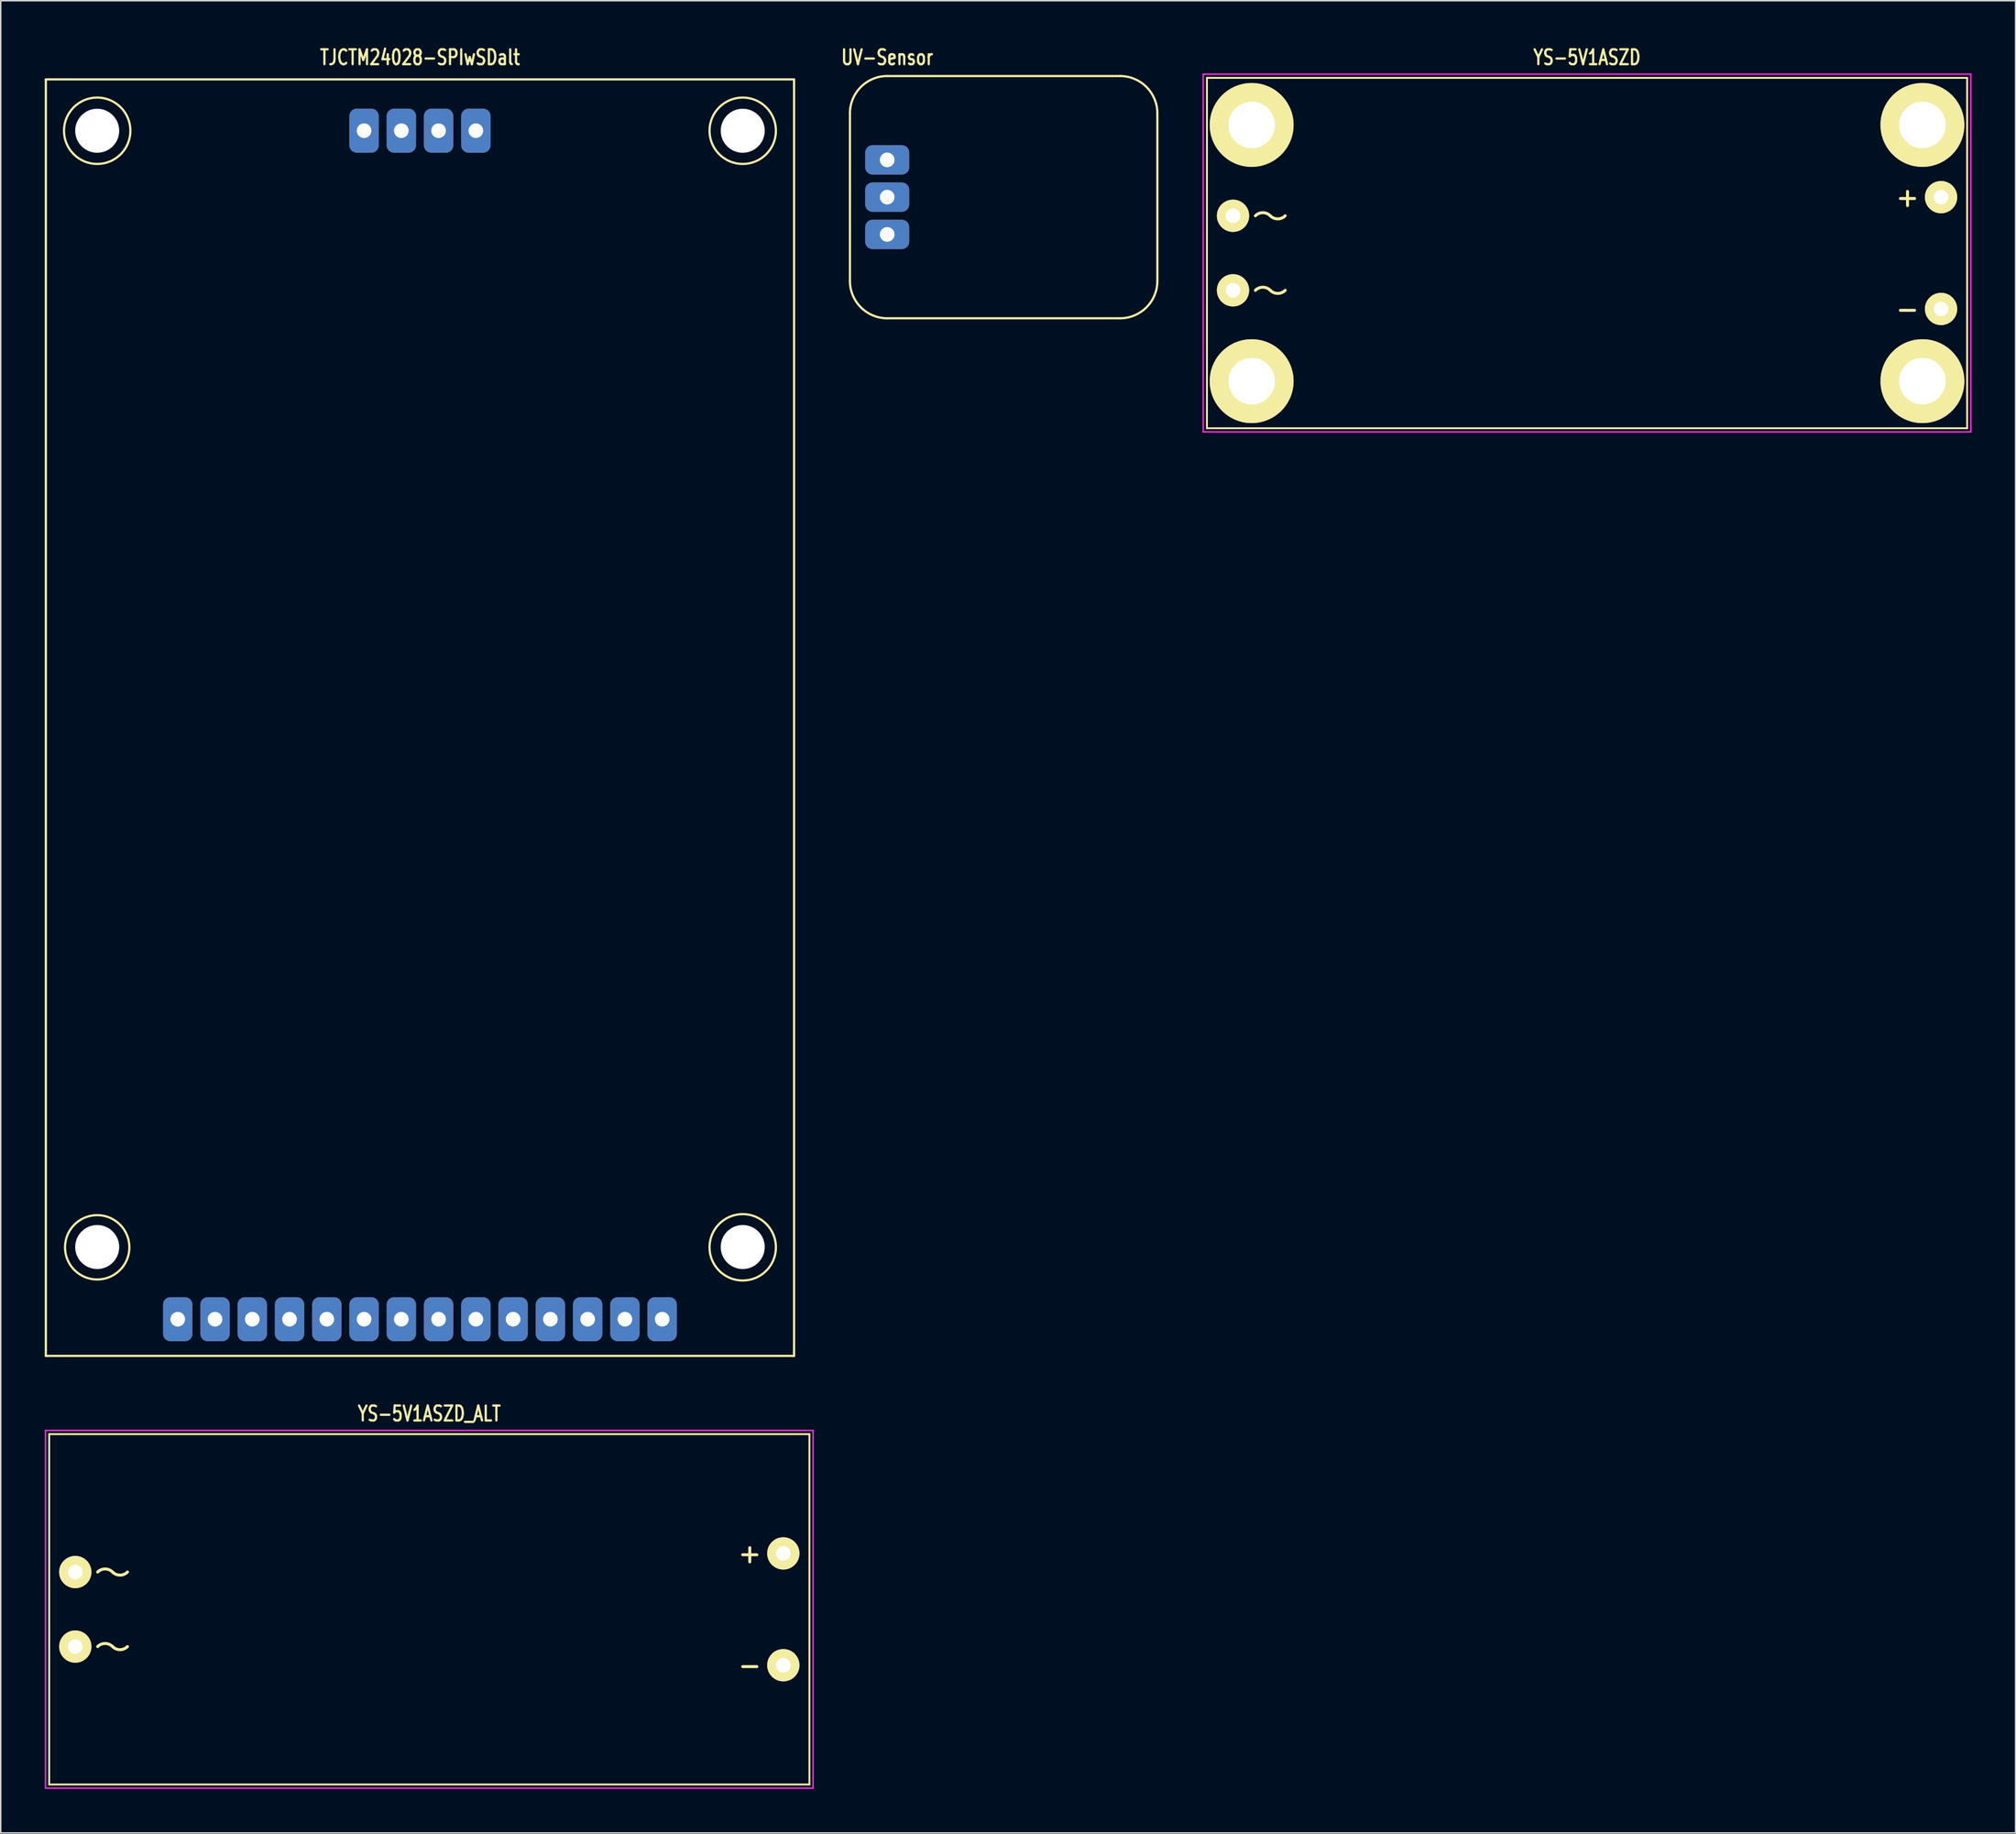
<source format=kicad_pcb>
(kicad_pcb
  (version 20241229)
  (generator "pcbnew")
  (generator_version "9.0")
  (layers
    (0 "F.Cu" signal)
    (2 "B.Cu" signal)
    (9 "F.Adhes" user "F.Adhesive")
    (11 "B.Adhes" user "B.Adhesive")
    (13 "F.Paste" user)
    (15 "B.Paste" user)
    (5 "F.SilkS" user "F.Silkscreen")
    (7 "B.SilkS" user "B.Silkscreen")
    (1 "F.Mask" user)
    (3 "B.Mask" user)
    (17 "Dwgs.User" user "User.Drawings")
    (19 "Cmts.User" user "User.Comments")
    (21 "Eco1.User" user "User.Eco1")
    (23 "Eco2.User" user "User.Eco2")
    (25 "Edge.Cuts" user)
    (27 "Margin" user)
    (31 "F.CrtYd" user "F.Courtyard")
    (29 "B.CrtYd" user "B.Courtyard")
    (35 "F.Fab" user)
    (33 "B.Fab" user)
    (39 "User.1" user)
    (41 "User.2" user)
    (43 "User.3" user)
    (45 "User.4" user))
  (footprint "YS-5V1ASZD"
    (layer "F.Cu")
    (at 105.125 14.197)
    (property "Reference" "YS-5V1ASZD" (at 0 -13.335 0) (layer "F.SilkS") (effects (font (size 1.016 0.762) (thickness 0.152))))
    (attr through_hole)
    (fp_line (start -25.908 -11.938) (end -25.908 11.938) (stroke (width 0.127) (type solid)) (layer "F.SilkS"))
    (fp_line (start -25.908 11.938) (end 25.908 11.938) (stroke (width 0.127) (type solid)) (layer "F.SilkS"))
    (fp_line (start 25.908 -11.938) (end -25.908 -11.938) (stroke (width 0.127) (type solid)) (layer "F.SilkS"))
    (fp_line (start 25.908 11.938) (end 25.908 -11.938) (stroke (width 0.127) (type solid)) (layer "F.SilkS"))
    (fp_arc (start -22.606 -2.54) (mid -22.098 -2.75042) (end -21.59 -2.54) (stroke (width 0.2032) (type solid)) (layer "F.SilkS"))
    (fp_arc (start -22.606 2.54) (mid -22.098 2.32958) (end -21.59 2.54) (stroke (width 0.2032) (type solid)) (layer "F.SilkS"))
    (fp_arc (start -20.574 -2.54) (mid -21.082 -2.32958) (end -21.59 -2.54) (stroke (width 0.2032) (type solid)) (layer "F.SilkS"))
    (fp_arc (start -20.574 2.54) (mid -21.082 2.75042) (end -21.59 2.54) (stroke (width 0.2032) (type solid)) (layer "F.SilkS"))
    (fp_line (start -26.162 -12.192) (end 26.162 -12.192) (stroke (width 0.1) (type solid)) (layer "F.CrtYd"))
    (fp_line (start -26.162 12.192) (end -26.162 -12.192) (stroke (width 0.1) (type solid)) (layer "F.CrtYd"))
    (fp_line (start 26.162 -12.192) (end 26.162 12.192) (stroke (width 0.1) (type solid)) (layer "F.CrtYd"))
    (fp_line (start 26.162 12.192) (end -26.162 12.192) (stroke (width 0.1) (type solid)) (layer "F.CrtYd"))
    (fp_text user "+" (at 21.844 -3.81 0) (layer "F.SilkS") (effects (font (size 1.27 1.27) (thickness 0.203))))
    (fp_text user "-" (at 21.844 3.81 0) (layer "F.SilkS") (effects (font (size 1.27 1.27) (thickness 0.203))))
    (pad "1" thru_hole circle (at -24.13 -2.54) (size 2.2 2.2) (drill 1) (layers "*.Cu" "*.Mask" "F.SilkS"))
    (pad "2" thru_hole circle (at -24.13 2.54) (size 2.2 2.2) (drill 1) (layers "*.Cu" "*.Mask" "F.SilkS"))
    (pad "3" thru_hole circle (at 24.13 -3.81) (size 2.2 2.2) (drill 1) (layers "*.Cu" "*.Mask" "F.SilkS"))
    (pad "4" thru_hole circle (at 24.13 3.81) (size 2.2 2.2) (drill 1) (layers "*.Cu" "*.Mask" "F.SilkS"))
    (pad "5" thru_hole circle (at -22.86 -8.731) (size 5.715 5.715) (drill 3.175) (layers "*.Cu" "*.Mask" "F.SilkS"))
    (pad "6" thru_hole circle (at -22.86 8.731) (size 5.715 5.715) (drill 3.175) (layers "*.Cu" "*.Mask" "F.SilkS"))
    (pad "7" thru_hole circle (at 22.86 -8.731) (size 5.715 5.715) (drill 3.175) (layers "*.Cu" "*.Mask" "F.SilkS"))
    (pad "8" thru_hole circle (at 22.86 8.731) (size 5.715 5.715) (drill 3.175) (layers "*.Cu" "*.Mask" "F.SilkS")))
  (footprint "TJCTM24028-SPIwSDalt"
    (layer "F.Cu")
    (at 25.575 45.862)
    (property "Reference" "TJCTM24028-SPIwSDalt" (at 0 -45 0) (layer "F.SilkS") (effects (font (size 1.016 0.762) (thickness 0.152))))
    (attr through_hole)
    (fp_line (start -25.5 -43.5) (end 25.5 -43.5) (stroke (width 0.15) (type solid)) (layer "F.SilkS"))
    (fp_line (start -25.5 43.5) (end -25.5 -43.5) (stroke (width 0.15) (type solid)) (layer "F.SilkS"))
    (fp_line (start 25.5 -43.5) (end 25.5 43.5) (stroke (width 0.15) (type solid)) (layer "F.SilkS"))
    (fp_line (start 25.5 43.5) (end -25.5 43.5) (stroke (width 0.15) (type solid)) (layer "F.SilkS"))
    (fp_circle (center -22 -40) (end -20.4 -41.6) (stroke (width 0.15) (type solid)) (fill no) (layer "F.SilkS"))
    (fp_circle (center -22 36.1) (end -20.5 34.5) (stroke (width 0.15) (type solid)) (fill no) (layer "F.SilkS"))
    (fp_circle (center 22 -40) (end 23.6 -41.6) (stroke (width 0.15) (type solid)) (fill no) (layer "F.SilkS"))
    (fp_circle (center 22 36.1) (end 23.6 34.5) (stroke (width 0.15) (type solid)) (fill no) (layer "F.SilkS"))
    (fp_line (start -25 -43) (end 25 -43) (stroke (width 0.15) (type solid)) (layer "Margin"))
    (fp_line (start -25 -36.6) (end 25 -36.6) (stroke (width 0.15) (type solid)) (layer "Margin"))
    (fp_line (start -25 32.6) (end 25 32.6) (stroke (width 0.15) (type solid)) (layer "Margin"))
    (fp_line (start -25 43) (end -25 -43) (stroke (width 0.15) (type solid)) (layer "Margin"))
    (fp_line (start 25 -43) (end 25 43) (stroke (width 0.15) (type solid)) (layer "Margin"))
    (fp_line (start 25 43) (end -25 43) (stroke (width 0.15) (type solid)) (layer "Margin"))
    (pad "" np_thru_hole circle (at -22 -40) (size 3 3) (drill 3) (layers "*.Cu" "*.Mask"))
    (pad "" np_thru_hole circle (at -22 36.08) (size 3 3) (drill 3) (layers "*.Cu" "*.Mask"))
    (pad "" np_thru_hole circle (at 22 -40) (size 3 3) (drill 3) (layers "*.Cu" "*.Mask"))
    (pad "" np_thru_hole circle (at 22 36.08) (size 3 3) (drill 3) (layers "*.Cu" "*.Mask"))
    (pad "1" thru_hole roundrect (at -16.51 41) (size 2 3) (drill 1) (layers "*.Cu" "*.Mask") (roundrect_rratio 0.25))
    (pad "2" thru_hole roundrect (at -13.97 41) (size 2 3) (drill 1) (layers "*.Cu" "*.Mask") (roundrect_rratio 0.25))
    (pad "3" thru_hole roundrect (at -11.43 41) (size 2 3) (drill 1) (layers "*.Cu" "*.Mask") (roundrect_rratio 0.25))
    (pad "4" thru_hole roundrect (at -8.89 41) (size 2 3) (drill 1) (layers "*.Cu" "*.Mask") (roundrect_rratio 0.25))
    (pad "5" thru_hole roundrect (at -6.35 41) (size 2 3) (drill 1) (layers "*.Cu" "*.Mask") (roundrect_rratio 0.25))
    (pad "6" thru_hole roundrect (at -3.81 41) (size 2 3) (drill 1) (layers "*.Cu" "*.Mask") (roundrect_rratio 0.25))
    (pad "7" thru_hole roundrect (at -1.27 41) (size 2 3) (drill 1) (layers "*.Cu" "*.Mask") (roundrect_rratio 0.25))
    (pad "8" thru_hole roundrect (at 1.27 41) (size 2 3) (drill 1) (layers "*.Cu" "*.Mask") (roundrect_rratio 0.25))
    (pad "9" thru_hole roundrect (at 3.81 41) (size 2 3) (drill 1) (layers "*.Cu" "*.Mask") (roundrect_rratio 0.25))
    (pad "10" thru_hole roundrect (at 6.35 41) (size 2 3) (drill 1) (layers "*.Cu" "*.Mask") (roundrect_rratio 0.25))
    (pad "11" thru_hole roundrect (at 8.89 41) (size 2 3) (drill 1) (layers "*.Cu" "*.Mask") (roundrect_rratio 0.25))
    (pad "12" thru_hole roundrect (at 11.43 41) (size 2 3) (drill 1) (layers "*.Cu" "*.Mask") (roundrect_rratio 0.25))
    (pad "13" thru_hole roundrect (at 13.97 41) (size 2 3) (drill 1) (layers "*.Cu" "*.Mask") (roundrect_rratio 0.25))
    (pad "14" thru_hole roundrect (at 16.51 41) (size 2 3) (drill 1) (layers "*.Cu" "*.Mask") (roundrect_rratio 0.25))
    (pad "15" thru_hole roundrect (at 3.81 -40.005) (size 2 3) (drill 1) (layers "*.Cu" "*.Mask") (roundrect_rratio 0.25))
    (pad "16" thru_hole roundrect (at 1.27 -40.005) (size 2 3) (drill 1) (layers "*.Cu" "*.Mask") (roundrect_rratio 0.25))
    (pad "17" thru_hole roundrect (at -1.27 -40.005) (size 2 3) (drill 1) (layers "*.Cu" "*.Mask") (roundrect_rratio 0.25))
    (pad "18" thru_hole roundrect (at -3.81 -40.005) (size 2 3) (drill 1) (layers "*.Cu" "*.Mask") (roundrect_rratio 0.25)))
  (footprint "YS-5V1ASZD_ALT"
    (layer "F.Cu")
    (at 26.212 106.634)
    (property "Reference" "YS-5V1ASZD_ALT" (at 0 -13.335 180) (layer "F.SilkS") (effects (font (size 1.016 0.762) (thickness 0.152))))
    (attr through_hole)
    (fp_line (start -25.908 -11.938) (end -25.908 11.938) (stroke (width 0.127) (type solid)) (layer "F.SilkS"))
    (fp_line (start -25.908 11.938) (end 25.908 11.938) (stroke (width 0.127) (type solid)) (layer "F.SilkS"))
    (fp_line (start 25.908 -11.938) (end -25.908 -11.938) (stroke (width 0.127) (type solid)) (layer "F.SilkS"))
    (fp_line (start 25.908 11.938) (end 25.908 -11.938) (stroke (width 0.127) (type solid)) (layer "F.SilkS"))
    (fp_arc (start -22.606 -2.54) (mid -22.098 -2.75042) (end -21.59 -2.54) (stroke (width 0.2032) (type solid)) (layer "F.SilkS"))
    (fp_arc (start -22.606 2.54) (mid -22.098 2.32958) (end -21.59 2.54) (stroke (width 0.2032) (type solid)) (layer "F.SilkS"))
    (fp_arc (start -20.574 -2.54) (mid -21.082 -2.32958) (end -21.59 -2.54) (stroke (width 0.2032) (type solid)) (layer "F.SilkS"))
    (fp_arc (start -20.574 2.54) (mid -21.082 2.75042) (end -21.59 2.54) (stroke (width 0.2032) (type solid)) (layer "F.SilkS"))
    (fp_line (start -26.162 -12.192) (end 26.162 -12.192) (stroke (width 0.1) (type solid)) (layer "F.CrtYd"))
    (fp_line (start -26.162 12.192) (end -26.162 -12.192) (stroke (width 0.1) (type solid)) (layer "F.CrtYd"))
    (fp_line (start 26.162 -12.192) (end 26.162 12.192) (stroke (width 0.1) (type solid)) (layer "F.CrtYd"))
    (fp_line (start 26.162 12.192) (end -26.162 12.192) (stroke (width 0.1) (type solid)) (layer "F.CrtYd"))
    (fp_text user "-" (at 21.844 3.81 0) (layer "F.SilkS") (effects (font (size 1.27 1.27) (thickness 0.203))))
    (fp_text user "+" (at 21.844 -3.81 0) (layer "F.SilkS") (effects (font (size 1.27 1.27) (thickness 0.203))))
    (pad "1" thru_hole circle (at -24.13 -2.54) (size 2.2 2.2) (drill 1) (layers "*.Cu" "*.Mask" "F.SilkS"))
    (pad "2" thru_hole circle (at -24.13 2.54) (size 2.2 2.2) (drill 1) (layers "*.Cu" "*.Mask" "F.SilkS"))
    (pad "3" thru_hole circle (at 24.13 -3.81) (size 2.2 2.2) (drill 1) (layers "*.Cu" "*.Mask" "F.SilkS"))
    (pad "4" thru_hole circle (at 24.13 3.81) (size 2.2 2.2) (drill 1) (layers "*.Cu" "*.Mask" "F.SilkS")))
  (footprint "UV-Sensor"
    (layer "F.Cu")
    (at 57.423 10.387)
    (property "Reference" "UV-Sensor" (at 0 -9.525 0) (layer "F.SilkS") (effects (font (size 1.016 0.762) (thickness 0.152))))
    (attr through_hole)
    (fp_line (start -2.54 5.715) (end -2.54 -5.715) (stroke (width 0.15) (type solid)) (layer "F.SilkS"))
    (fp_line (start 0 -8.255) (end 15.875 -8.255) (stroke (width 0.15) (type solid)) (layer "F.SilkS"))
    (fp_line (start 15.875 8.255) (end 0 8.255) (stroke (width 0.15) (type solid)) (layer "F.SilkS"))
    (fp_line (start 18.415 -5.715) (end 18.415 5.715) (stroke (width 0.15) (type solid)) (layer "F.SilkS"))
    (fp_arc (start -2.54 -5.715) (mid -1.796051 -7.511051) (end 0 -8.255) (stroke (width 0.15) (type solid)) (layer "F.SilkS"))
    (fp_arc (start 0 8.255) (mid -1.796051 7.511051) (end -2.54 5.715) (stroke (width 0.15) (type solid)) (layer "F.SilkS"))
    (fp_arc (start 15.875 -8.255) (mid 17.671051 -7.511051) (end 18.415 -5.715) (stroke (width 0.15) (type solid)) (layer "F.SilkS"))
    (fp_arc (start 18.415 5.715) (mid 17.671051 7.511051) (end 15.875 8.255) (stroke (width 0.15) (type solid)) (layer "F.SilkS"))
    (pad "1" thru_hole roundrect (at 0 -2.54) (size 3 2) (drill 1) (layers "*.Cu" "*.Mask") (roundrect_rratio 0.25))
    (pad "2" thru_hole roundrect (at 0 0) (size 3 2) (drill 1) (layers "*.Cu" "*.Mask") (roundrect_rratio 0.25))
    (pad "3" thru_hole roundrect (at 0 2.54) (size 3 2) (drill 1) (layers "*.Cu" "*.Mask") (roundrect_rratio 0.25)))
  (gr_rect
    (start -3 -3)
    (end 134.337 121.876)
    (stroke (width 0.1) (type default))
    (fill no)
    (layer "Edge.Cuts")))
</source>
